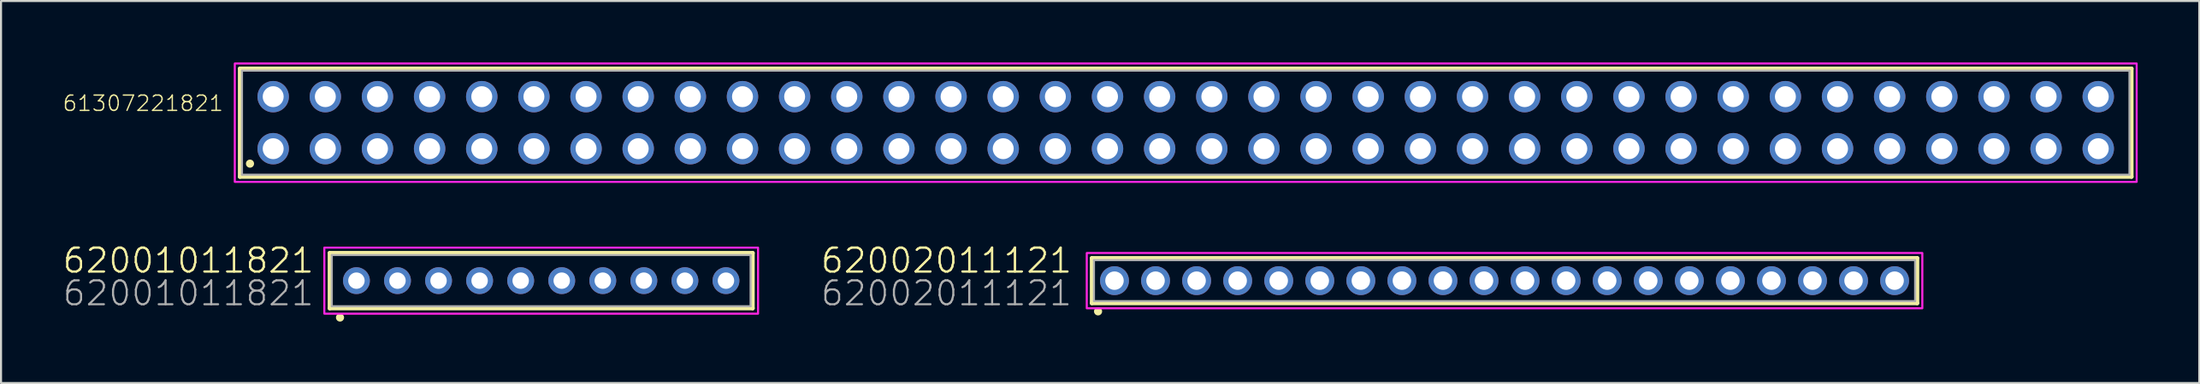
<source format=kicad_pcb>
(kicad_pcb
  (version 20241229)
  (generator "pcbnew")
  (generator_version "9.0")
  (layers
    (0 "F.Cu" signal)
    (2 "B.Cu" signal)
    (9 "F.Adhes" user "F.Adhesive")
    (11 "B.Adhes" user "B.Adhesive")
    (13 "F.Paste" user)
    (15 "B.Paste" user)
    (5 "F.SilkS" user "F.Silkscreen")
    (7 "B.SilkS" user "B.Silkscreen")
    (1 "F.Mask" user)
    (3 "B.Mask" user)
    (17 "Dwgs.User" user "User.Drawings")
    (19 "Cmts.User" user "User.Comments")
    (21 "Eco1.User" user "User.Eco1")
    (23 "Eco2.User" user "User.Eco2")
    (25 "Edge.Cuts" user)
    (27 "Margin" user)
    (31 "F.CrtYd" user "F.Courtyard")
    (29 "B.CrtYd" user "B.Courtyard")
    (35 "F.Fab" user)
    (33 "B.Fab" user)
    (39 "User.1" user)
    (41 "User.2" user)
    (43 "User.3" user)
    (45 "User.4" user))
  (footprint "62002011121"
    (layer "F.Cu")
    (at 69.237 10.653)
    (property "Reference" "62002011121" (at -20 -0.3 0) (unlocked yes) (layer "F.SilkS") (effects (font (size 1.168 1.168) (thickness 0.102)) (justify right bottom)))
    (property "Value" "62002011121" (at -20 1.3 0) (unlocked yes) (layer "F.Fab") (hide yes) (effects (font (size 1.168 1.168) (thickness 0.102)) (justify right bottom)))
    (fp_line (start -19.1 -1.1) (end 21.1 -1.1) (stroke (width 0.2) (type solid)) (layer "F.SilkS"))
    (fp_line (start -19.1 1.1) (end -19.1 -1.1) (stroke (width 0.2) (type solid)) (layer "F.SilkS"))
    (fp_line (start 21.1 -1.1) (end 21.1 1.1) (stroke (width 0.2) (type solid)) (layer "F.SilkS"))
    (fp_line (start 21.1 1.1) (end -19.1 1.1) (stroke (width 0.2) (type solid)) (layer "F.SilkS"))
    (fp_circle (center -18.8 1.5) (end -18.7 1.5) (stroke (width 0.2) (type solid)) (fill no) (layer "F.SilkS"))
    (fp_poly (pts (xy 21.35 1.35) (xy -19.35 1.35) (xy -19.35 -1.35) (xy 21.35 -1.35)) (stroke (width 0.1) (type default)) (fill no) (layer "F.CrtYd"))
    (fp_line (start -19 -1) (end -19 1) (stroke (width 0.1) (type solid)) (layer "F.Fab"))
    (fp_line (start -19 1) (end 21 1) (stroke (width 0.1) (type solid)) (layer "F.Fab"))
    (fp_line (start 21 -1) (end -19 -1) (stroke (width 0.1) (type solid)) (layer "F.Fab"))
    (fp_line (start 21 1) (end 21 -1) (stroke (width 0.1) (type solid)) (layer "F.Fab"))
    (fp_text user "${REFERENCE}" (at -20 -0.3 0) (unlocked yes) (layer "F.SilkS") (effects (font (size 1.168 1.168) (thickness 0.102)) (justify right bottom)))
    (fp_text user "${VALUE}" (at -20 1.3 0) (unlocked yes) (layer "F.Fab") (effects (font (size 1.168 1.168) (thickness 0.102)) (justify right bottom)))
    (pad "1" thru_hole circle (at -18 0) (size 1.408 1.408) (drill 0.9) (layers "*.Cu" "*.Mask"))
    (pad "2" thru_hole circle (at -16 0) (size 1.408 1.408) (drill 0.9) (layers "*.Cu" "*.Mask"))
    (pad "3" thru_hole circle (at -14 0) (size 1.408 1.408) (drill 0.9) (layers "*.Cu" "*.Mask"))
    (pad "4" thru_hole circle (at -12 0) (size 1.408 1.408) (drill 0.9) (layers "*.Cu" "*.Mask"))
    (pad "5" thru_hole circle (at -10 0) (size 1.408 1.408) (drill 0.9) (layers "*.Cu" "*.Mask"))
    (pad "6" thru_hole circle (at -8 0) (size 1.408 1.408) (drill 0.9) (layers "*.Cu" "*.Mask"))
    (pad "7" thru_hole circle (at -6 0) (size 1.408 1.408) (drill 0.9) (layers "*.Cu" "*.Mask"))
    (pad "8" thru_hole circle (at -4 0) (size 1.408 1.408) (drill 0.9) (layers "*.Cu" "*.Mask"))
    (pad "9" thru_hole circle (at -2 0) (size 1.408 1.408) (drill 0.9) (layers "*.Cu" "*.Mask"))
    (pad "10" thru_hole circle (at 0 0) (size 1.408 1.408) (drill 0.9) (layers "*.Cu" "*.Mask"))
    (pad "11" thru_hole circle (at 2 0) (size 1.408 1.408) (drill 0.9) (layers "*.Cu" "*.Mask"))
    (pad "12" thru_hole circle (at 4 0) (size 1.408 1.408) (drill 0.9) (layers "*.Cu" "*.Mask"))
    (pad "13" thru_hole circle (at 6 0) (size 1.408 1.408) (drill 0.9) (layers "*.Cu" "*.Mask"))
    (pad "14" thru_hole circle (at 8 0) (size 1.408 1.408) (drill 0.9) (layers "*.Cu" "*.Mask"))
    (pad "15" thru_hole circle (at 10 0) (size 1.408 1.408) (drill 0.9) (layers "*.Cu" "*.Mask"))
    (pad "16" thru_hole circle (at 12 0) (size 1.408 1.408) (drill 0.9) (layers "*.Cu" "*.Mask"))
    (pad "17" thru_hole circle (at 14 0) (size 1.408 1.408) (drill 0.9) (layers "*.Cu" "*.Mask"))
    (pad "18" thru_hole circle (at 16 0) (size 1.408 1.408) (drill 0.9) (layers "*.Cu" "*.Mask"))
    (pad "19" thru_hole circle (at 18 0) (size 1.408 1.408) (drill 0.9) (layers "*.Cu" "*.Mask"))
    (pad "20" thru_hole circle (at 20 0) (size 1.408 1.408) (drill 0.9) (layers "*.Cu" "*.Mask")))
  (footprint "62001011821"
    (layer "F.Cu")
    (at 23.312 10.653)
    (property "Reference" "62001011821" (at -11 -0.3 0) (unlocked yes) (layer "F.SilkS") (effects (font (size 1.168 1.168) (thickness 0.102)) (justify right bottom)))
    (property "Value" "62001011821" (at -11 1.3 0) (unlocked yes) (layer "F.Fab") (hide yes) (effects (font (size 1.168 1.168) (thickness 0.102)) (justify right bottom)))
    (fp_line (start -10.3 -1.35) (end -10.3 1.35) (stroke (width 0.2) (type solid)) (layer "F.SilkS"))
    (fp_line (start -10.3 1.35) (end 10.3 1.35) (stroke (width 0.2) (type solid)) (layer "F.SilkS"))
    (fp_line (start 10.3 -1.35) (end -10.3 -1.35) (stroke (width 0.2) (type solid)) (layer "F.SilkS"))
    (fp_line (start 10.3 1.35) (end 10.3 -1.35) (stroke (width 0.2) (type solid)) (layer "F.SilkS"))
    (fp_circle (center -9.8 1.8) (end -9.7 1.8) (stroke (width 0.2) (type solid)) (fill no) (layer "F.SilkS"))
    (fp_poly (pts (xy 10.563 1.613) (xy -10.563 1.613) (xy -10.563 -1.613) (xy 10.563 -1.613)) (stroke (width 0.1) (type default)) (fill no) (layer "F.CrtYd"))
    (fp_line (start -10.2 -1.25) (end -10.2 1.25) (stroke (width 0.1) (type solid)) (layer "F.Fab"))
    (fp_line (start -10.2 1.25) (end 10.2 1.25) (stroke (width 0.1) (type solid)) (layer "F.Fab"))
    (fp_line (start 10.2 -1.25) (end -10.2 -1.25) (stroke (width 0.1) (type solid)) (layer "F.Fab"))
    (fp_line (start 10.2 1.25) (end 10.2 -1.25) (stroke (width 0.1) (type solid)) (layer "F.Fab"))
    (fp_text user "${REFERENCE}" (at -11 -0.3 0) (unlocked yes) (layer "F.SilkS") (effects (font (size 1.168 1.168) (thickness 0.102)) (justify right bottom)))
    (fp_text user "${VALUE}" (at -11 1.3 0) (unlocked yes) (layer "F.Fab") (effects (font (size 1.168 1.168) (thickness 0.102)) (justify right bottom)))
    (pad "1" thru_hole circle (at -9 0) (size 1.308 1.308) (drill 0.8) (layers "*.Cu" "*.Mask"))
    (pad "2" thru_hole circle (at -7 0) (size 1.308 1.308) (drill 0.8) (layers "*.Cu" "*.Mask"))
    (pad "3" thru_hole circle (at -5 0) (size 1.308 1.308) (drill 0.8) (layers "*.Cu" "*.Mask"))
    (pad "4" thru_hole circle (at -3 0) (size 1.308 1.308) (drill 0.8) (layers "*.Cu" "*.Mask"))
    (pad "5" thru_hole circle (at -1 0) (size 1.308 1.308) (drill 0.8) (layers "*.Cu" "*.Mask"))
    (pad "6" thru_hole circle (at 1 0) (size 1.308 1.308) (drill 0.8) (layers "*.Cu" "*.Mask"))
    (pad "7" thru_hole circle (at 3 0) (size 1.308 1.308) (drill 0.8) (layers "*.Cu" "*.Mask"))
    (pad "8" thru_hole circle (at 5 0) (size 1.308 1.308) (drill 0.8) (layers "*.Cu" "*.Mask"))
    (pad "9" thru_hole circle (at 7 0) (size 1.308 1.308) (drill 0.8) (layers "*.Cu" "*.Mask"))
    (pad "10" thru_hole circle (at 9 0) (size 1.308 1.308) (drill 0.8) (layers "*.Cu" "*.Mask")))
  (footprint "61307221821"
    (layer "F.Cu")
    (at 54.707 2.94)
    (property "Reference" "61307221821" (at -46.828 -0.506 0) (unlocked yes) (layer "F.SilkS") (effects (font (size 0.748 0.748) (thickness 0.065)) (justify right bottom)))
    (fp_line (start -46.07 -2.64) (end 46.07 -2.64) (stroke (width 0.2) (type solid)) (layer "F.SilkS"))
    (fp_line (start -46.07 2.64) (end -46.07 -2.64) (stroke (width 0.2) (type solid)) (layer "F.SilkS"))
    (fp_line (start 46.07 -2.64) (end 46.07 2.64) (stroke (width 0.2) (type solid)) (layer "F.SilkS"))
    (fp_line (start 46.07 2.64) (end -46.07 2.64) (stroke (width 0.2) (type solid)) (layer "F.SilkS"))
    (fp_circle (center -45.58 2) (end -45.48 2) (stroke (width 0.2) (type solid)) (fill no) (layer "F.SilkS"))
    (fp_poly (pts (xy 46.32 2.89) (xy -46.32 2.89) (xy -46.32 -2.89) (xy 46.32 -2.89)) (stroke (width 0.1) (type default)) (fill no) (layer "F.CrtYd"))
    (fp_line (start -45.97 -2.54) (end -45.97 2.54) (stroke (width 0.1) (type solid)) (layer "F.Fab"))
    (fp_line (start -45.97 2.54) (end 45.97 2.54) (stroke (width 0.1) (type solid)) (layer "F.Fab"))
    (fp_line (start 45.97 -2.54) (end -45.97 -2.54) (stroke (width 0.1) (type solid)) (layer "F.Fab"))
    (fp_line (start 45.97 2.54) (end 45.97 -2.54) (stroke (width 0.1) (type solid)) (layer "F.Fab"))
    (pad "1" thru_hole circle (at -44.45 1.27) (size 1.53 1.53) (drill 1.02) (layers "*.Cu" "*.Mask"))
    (pad "2" thru_hole circle (at -44.45 -1.27) (size 1.53 1.53) (drill 1.02) (layers "*.Cu" "*.Mask"))
    (pad "3" thru_hole circle (at -41.91 1.27) (size 1.53 1.53) (drill 1.02) (layers "*.Cu" "*.Mask"))
    (pad "4" thru_hole circle (at -41.91 -1.27) (size 1.53 1.53) (drill 1.02) (layers "*.Cu" "*.Mask"))
    (pad "5" thru_hole circle (at -39.37 1.27) (size 1.53 1.53) (drill 1.02) (layers "*.Cu" "*.Mask"))
    (pad "6" thru_hole circle (at -39.37 -1.27) (size 1.53 1.53) (drill 1.02) (layers "*.Cu" "*.Mask"))
    (pad "7" thru_hole circle (at -36.83 1.27) (size 1.53 1.53) (drill 1.02) (layers "*.Cu" "*.Mask"))
    (pad "8" thru_hole circle (at -36.83 -1.27) (size 1.53 1.53) (drill 1.02) (layers "*.Cu" "*.Mask"))
    (pad "9" thru_hole circle (at -34.29 1.27) (size 1.53 1.53) (drill 1.02) (layers "*.Cu" "*.Mask"))
    (pad "10" thru_hole circle (at -34.29 -1.27) (size 1.53 1.53) (drill 1.02) (layers "*.Cu" "*.Mask"))
    (pad "11" thru_hole circle (at -31.75 1.27) (size 1.53 1.53) (drill 1.02) (layers "*.Cu" "*.Mask"))
    (pad "12" thru_hole circle (at -31.75 -1.27) (size 1.53 1.53) (drill 1.02) (layers "*.Cu" "*.Mask"))
    (pad "13" thru_hole circle (at -29.21 1.27) (size 1.53 1.53) (drill 1.02) (layers "*.Cu" "*.Mask"))
    (pad "14" thru_hole circle (at -29.21 -1.27) (size 1.53 1.53) (drill 1.02) (layers "*.Cu" "*.Mask"))
    (pad "15" thru_hole circle (at -26.67 1.27) (size 1.53 1.53) (drill 1.02) (layers "*.Cu" "*.Mask"))
    (pad "16" thru_hole circle (at -26.67 -1.27) (size 1.53 1.53) (drill 1.02) (layers "*.Cu" "*.Mask"))
    (pad "17" thru_hole circle (at -24.13 1.27) (size 1.53 1.53) (drill 1.02) (layers "*.Cu" "*.Mask"))
    (pad "18" thru_hole circle (at -24.13 -1.27) (size 1.53 1.53) (drill 1.02) (layers "*.Cu" "*.Mask"))
    (pad "19" thru_hole circle (at -21.59 1.27) (size 1.53 1.53) (drill 1.02) (layers "*.Cu" "*.Mask"))
    (pad "20" thru_hole circle (at -21.59 -1.27) (size 1.53 1.53) (drill 1.02) (layers "*.Cu" "*.Mask"))
    (pad "21" thru_hole circle (at -19.05 1.27) (size 1.53 1.53) (drill 1.02) (layers "*.Cu" "*.Mask"))
    (pad "22" thru_hole circle (at -19.05 -1.27) (size 1.53 1.53) (drill 1.02) (layers "*.Cu" "*.Mask"))
    (pad "23" thru_hole circle (at -16.51 1.27) (size 1.53 1.53) (drill 1.02) (layers "*.Cu" "*.Mask"))
    (pad "24" thru_hole circle (at -16.51 -1.27) (size 1.53 1.53) (drill 1.02) (layers "*.Cu" "*.Mask"))
    (pad "25" thru_hole circle (at -13.97 1.27) (size 1.53 1.53) (drill 1.02) (layers "*.Cu" "*.Mask"))
    (pad "26" thru_hole circle (at -13.97 -1.27) (size 1.53 1.53) (drill 1.02) (layers "*.Cu" "*.Mask"))
    (pad "27" thru_hole circle (at -11.43 1.27) (size 1.53 1.53) (drill 1.02) (layers "*.Cu" "*.Mask"))
    (pad "28" thru_hole circle (at -11.43 -1.27) (size 1.53 1.53) (drill 1.02) (layers "*.Cu" "*.Mask"))
    (pad "29" thru_hole circle (at -8.89 1.27) (size 1.53 1.53) (drill 1.02) (layers "*.Cu" "*.Mask"))
    (pad "30" thru_hole circle (at -8.89 -1.27) (size 1.53 1.53) (drill 1.02) (layers "*.Cu" "*.Mask"))
    (pad "31" thru_hole circle (at -6.35 1.27) (size 1.53 1.53) (drill 1.02) (layers "*.Cu" "*.Mask"))
    (pad "32" thru_hole circle (at -6.35 -1.27) (size 1.53 1.53) (drill 1.02) (layers "*.Cu" "*.Mask"))
    (pad "33" thru_hole circle (at -3.81 1.27) (size 1.53 1.53) (drill 1.02) (layers "*.Cu" "*.Mask"))
    (pad "34" thru_hole circle (at -3.81 -1.27) (size 1.53 1.53) (drill 1.02) (layers "*.Cu" "*.Mask"))
    (pad "35" thru_hole circle (at -1.27 1.27) (size 1.53 1.53) (drill 1.02) (layers "*.Cu" "*.Mask"))
    (pad "36" thru_hole circle (at -1.27 -1.27) (size 1.53 1.53) (drill 1.02) (layers "*.Cu" "*.Mask"))
    (pad "37" thru_hole circle (at 1.27 1.27) (size 1.53 1.53) (drill 1.02) (layers "*.Cu" "*.Mask"))
    (pad "38" thru_hole circle (at 1.27 -1.27) (size 1.53 1.53) (drill 1.02) (layers "*.Cu" "*.Mask"))
    (pad "39" thru_hole circle (at 3.81 1.27) (size 1.53 1.53) (drill 1.02) (layers "*.Cu" "*.Mask"))
    (pad "40" thru_hole circle (at 3.81 -1.27) (size 1.53 1.53) (drill 1.02) (layers "*.Cu" "*.Mask"))
    (pad "41" thru_hole circle (at 6.35 1.27) (size 1.53 1.53) (drill 1.02) (layers "*.Cu" "*.Mask"))
    (pad "42" thru_hole circle (at 6.35 -1.27) (size 1.53 1.53) (drill 1.02) (layers "*.Cu" "*.Mask"))
    (pad "43" thru_hole circle (at 8.89 1.27) (size 1.53 1.53) (drill 1.02) (layers "*.Cu" "*.Mask"))
    (pad "44" thru_hole circle (at 8.89 -1.27) (size 1.53 1.53) (drill 1.02) (layers "*.Cu" "*.Mask"))
    (pad "45" thru_hole circle (at 11.43 1.27) (size 1.53 1.53) (drill 1.02) (layers "*.Cu" "*.Mask"))
    (pad "46" thru_hole circle (at 11.43 -1.27) (size 1.53 1.53) (drill 1.02) (layers "*.Cu" "*.Mask"))
    (pad "47" thru_hole circle (at 13.97 1.27) (size 1.53 1.53) (drill 1.02) (layers "*.Cu" "*.Mask"))
    (pad "48" thru_hole circle (at 13.97 -1.27) (size 1.53 1.53) (drill 1.02) (layers "*.Cu" "*.Mask"))
    (pad "49" thru_hole circle (at 16.51 1.27) (size 1.53 1.53) (drill 1.02) (layers "*.Cu" "*.Mask"))
    (pad "50" thru_hole circle (at 16.51 -1.27) (size 1.53 1.53) (drill 1.02) (layers "*.Cu" "*.Mask"))
    (pad "51" thru_hole circle (at 19.05 1.27) (size 1.53 1.53) (drill 1.02) (layers "*.Cu" "*.Mask"))
    (pad "52" thru_hole circle (at 19.05 -1.27) (size 1.53 1.53) (drill 1.02) (layers "*.Cu" "*.Mask"))
    (pad "53" thru_hole circle (at 21.59 1.27) (size 1.53 1.53) (drill 1.02) (layers "*.Cu" "*.Mask"))
    (pad "54" thru_hole circle (at 21.59 -1.27) (size 1.53 1.53) (drill 1.02) (layers "*.Cu" "*.Mask"))
    (pad "55" thru_hole circle (at 24.13 1.27) (size 1.53 1.53) (drill 1.02) (layers "*.Cu" "*.Mask"))
    (pad "56" thru_hole circle (at 24.13 -1.27) (size 1.53 1.53) (drill 1.02) (layers "*.Cu" "*.Mask"))
    (pad "57" thru_hole circle (at 26.67 1.27) (size 1.53 1.53) (drill 1.02) (layers "*.Cu" "*.Mask"))
    (pad "58" thru_hole circle (at 26.67 -1.27) (size 1.53 1.53) (drill 1.02) (layers "*.Cu" "*.Mask"))
    (pad "59" thru_hole circle (at 29.21 1.27) (size 1.53 1.53) (drill 1.02) (layers "*.Cu" "*.Mask"))
    (pad "60" thru_hole circle (at 29.21 -1.27) (size 1.53 1.53) (drill 1.02) (layers "*.Cu" "*.Mask"))
    (pad "61" thru_hole circle (at 31.75 1.27) (size 1.53 1.53) (drill 1.02) (layers "*.Cu" "*.Mask"))
    (pad "62" thru_hole circle (at 31.75 -1.27) (size 1.53 1.53) (drill 1.02) (layers "*.Cu" "*.Mask"))
    (pad "63" thru_hole circle (at 34.29 1.27) (size 1.53 1.53) (drill 1.02) (layers "*.Cu" "*.Mask"))
    (pad "64" thru_hole circle (at 34.29 -1.27) (size 1.53 1.53) (drill 1.02) (layers "*.Cu" "*.Mask"))
    (pad "65" thru_hole circle (at 36.83 1.27) (size 1.53 1.53) (drill 1.02) (layers "*.Cu" "*.Mask"))
    (pad "66" thru_hole circle (at 36.83 -1.27) (size 1.53 1.53) (drill 1.02) (layers "*.Cu" "*.Mask"))
    (pad "67" thru_hole circle (at 39.37 1.27) (size 1.53 1.53) (drill 1.02) (layers "*.Cu" "*.Mask"))
    (pad "68" thru_hole circle (at 39.37 -1.27) (size 1.53 1.53) (drill 1.02) (layers "*.Cu" "*.Mask"))
    (pad "69" thru_hole circle (at 41.91 1.27) (size 1.53 1.53) (drill 1.02) (layers "*.Cu" "*.Mask"))
    (pad "70" thru_hole circle (at 41.91 -1.27) (size 1.53 1.53) (drill 1.02) (layers "*.Cu" "*.Mask"))
    (pad "71" thru_hole circle (at 44.45 1.27) (size 1.53 1.53) (drill 1.02) (layers "*.Cu" "*.Mask"))
    (pad "72" thru_hole circle (at 44.45 -1.27) (size 1.53 1.53) (drill 1.02) (layers "*.Cu" "*.Mask")))
  (gr_rect
    (start -3 -3)
    (end 104.077 15.653)
    (stroke (width 0.1) (type default))
    (fill no)
    (layer "Edge.Cuts")))
</source>
